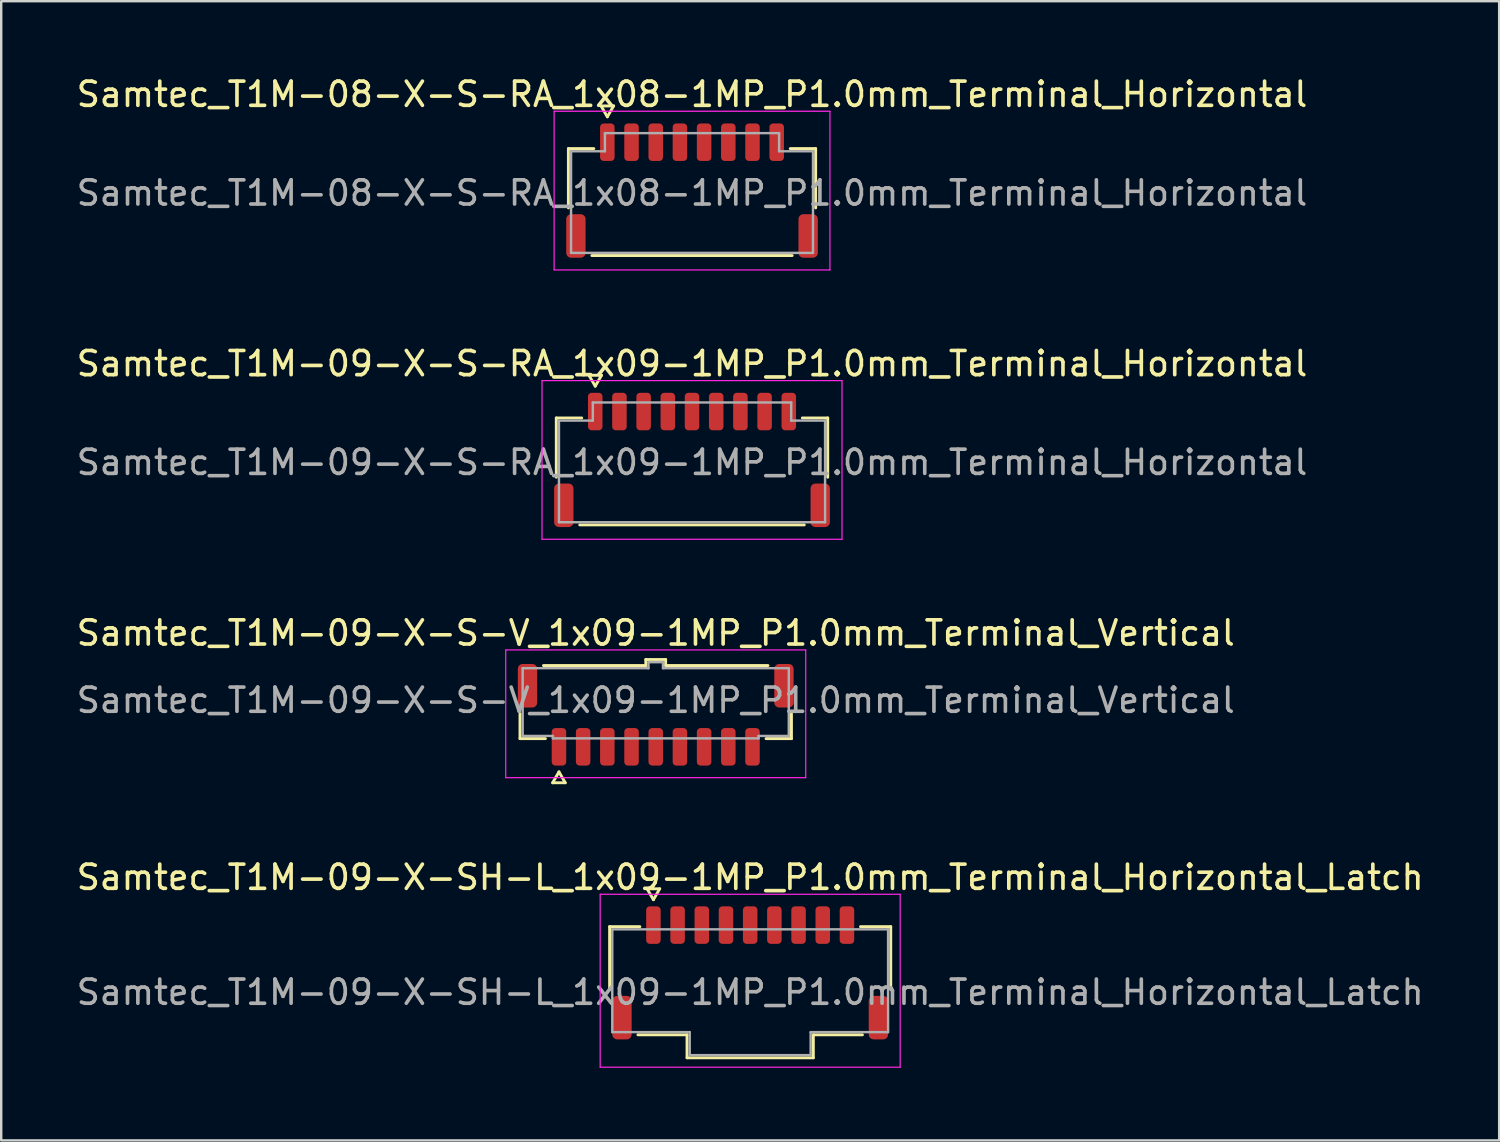
<source format=kicad_pcb>
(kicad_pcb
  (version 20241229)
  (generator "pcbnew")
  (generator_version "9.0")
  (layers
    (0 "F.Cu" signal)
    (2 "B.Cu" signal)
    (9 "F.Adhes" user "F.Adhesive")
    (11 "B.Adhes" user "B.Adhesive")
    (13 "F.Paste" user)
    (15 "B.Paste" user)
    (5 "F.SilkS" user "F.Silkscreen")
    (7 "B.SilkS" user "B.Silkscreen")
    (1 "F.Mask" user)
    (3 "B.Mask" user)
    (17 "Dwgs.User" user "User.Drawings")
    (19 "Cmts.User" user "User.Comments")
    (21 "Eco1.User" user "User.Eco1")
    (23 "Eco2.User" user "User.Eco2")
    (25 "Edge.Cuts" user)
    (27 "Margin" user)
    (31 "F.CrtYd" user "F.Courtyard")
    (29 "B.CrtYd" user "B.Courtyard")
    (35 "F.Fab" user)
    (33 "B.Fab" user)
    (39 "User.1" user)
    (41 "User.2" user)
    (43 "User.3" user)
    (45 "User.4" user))
  (footprint "Samtec_T1M-09-X-S-V_1x09-1MP_P1.0mm_Terminal_Vertical"
    (layer "F.Cu")
    (at 24.054 25.895)
    (property "Reference" "Samtec_T1M-09-X-S-V_1x09-1MP_P1.0mm_Terminal_Vertical" (at 0 -2.78 0) (layer "F.SilkS") (effects (font (size 1 1) (thickness 0.15))))
    (attr smd)
    (fp_line (start -5.61 1.585) (end -5.61 0.56) (stroke (width 0.12) (type solid)) (layer "F.SilkS"))
    (fp_line (start -4.64 -1.435) (end -0.41 -1.435) (stroke (width 0.12) (type solid)) (layer "F.SilkS"))
    (fp_line (start -4.56 1.585) (end -5.61 1.585) (stroke (width 0.12) (type solid)) (layer "F.SilkS"))
    (fp_line (start -4.26 3.41) (end -4 2.96) (stroke (width 0.12) (type solid)) (layer "F.SilkS"))
    (fp_line (start -4 2.96) (end -3.74 3.41) (stroke (width 0.12) (type solid)) (layer "F.SilkS"))
    (fp_line (start -3.74 3.41) (end -4.26 3.41) (stroke (width 0.12) (type solid)) (layer "F.SilkS"))
    (fp_line (start -0.41 -1.685) (end 0.41 -1.685) (stroke (width 0.12) (type solid)) (layer "F.SilkS"))
    (fp_line (start -0.41 -1.435) (end -0.41 -1.685) (stroke (width 0.12) (type solid)) (layer "F.SilkS"))
    (fp_line (start 0.41 -1.685) (end 0.41 -1.435) (stroke (width 0.12) (type solid)) (layer "F.SilkS"))
    (fp_line (start 0.41 -1.435) (end 4.64 -1.435) (stroke (width 0.12) (type solid)) (layer "F.SilkS"))
    (fp_line (start 5.61 0.56) (end 5.61 1.585) (stroke (width 0.12) (type solid)) (layer "F.SilkS"))
    (fp_line (start 5.61 1.585) (end 4.56 1.585) (stroke (width 0.12) (type solid)) (layer "F.SilkS"))
    (fp_line (start -6.2 -2.08) (end -6.2 3.2) (stroke (width 0.05) (type solid)) (layer "F.CrtYd"))
    (fp_line (start -6.2 3.2) (end 6.2 3.2) (stroke (width 0.05) (type solid)) (layer "F.CrtYd"))
    (fp_line (start 6.2 -2.08) (end -6.2 -2.08) (stroke (width 0.05) (type solid)) (layer "F.CrtYd"))
    (fp_line (start 6.2 3.2) (end 6.2 -2.08) (stroke (width 0.05) (type solid)) (layer "F.CrtYd"))
    (fp_line (start -5.5 -1.325) (end -0.3 -1.325) (stroke (width 0.1) (type solid)) (layer "F.Fab"))
    (fp_line (start -5.5 1.475) (end -5.5 -1.325) (stroke (width 0.1) (type solid)) (layer "F.Fab"))
    (fp_line (start -4.25 1.475) (end -5.5 1.475) (stroke (width 0.1) (type solid)) (layer "F.Fab"))
    (fp_line (start -4.25 1.575) (end -4.25 1.475) (stroke (width 0.1) (type solid)) (layer "F.Fab"))
    (fp_line (start -0.3 -1.575) (end 0.3 -1.575) (stroke (width 0.1) (type solid)) (layer "F.Fab"))
    (fp_line (start -0.3 -1.325) (end -0.3 -1.575) (stroke (width 0.1) (type solid)) (layer "F.Fab"))
    (fp_line (start 0.3 -1.575) (end 0.3 -1.325) (stroke (width 0.1) (type solid)) (layer "F.Fab"))
    (fp_line (start 0.3 -1.325) (end 5.5 -1.325) (stroke (width 0.1) (type solid)) (layer "F.Fab"))
    (fp_line (start 4.25 1.475) (end 4.25 1.575) (stroke (width 0.1) (type solid)) (layer "F.Fab"))
    (fp_line (start 4.25 1.575) (end -4.25 1.575) (stroke (width 0.1) (type solid)) (layer "F.Fab"))
    (fp_line (start 5.5 -1.325) (end 5.5 1.475) (stroke (width 0.1) (type solid)) (layer "F.Fab"))
    (fp_line (start 5.5 1.475) (end 4.25 1.475) (stroke (width 0.1) (type solid)) (layer "F.Fab"))
    (fp_text user "${REFERENCE}" (at 0 0 0) (layer "F.Fab") (effects (font (size 1 1) (thickness 0.15))))
    (pad "1" smd roundrect (at -4 1.925) (size 0.6 1.55) (layers "F.Cu" "F.Mask" "F.Paste") (roundrect_rratio 0.25))
    (pad "2" smd roundrect (at -3 1.925) (size 0.6 1.55) (layers "F.Cu" "F.Mask" "F.Paste") (roundrect_rratio 0.25))
    (pad "3" smd roundrect (at -2 1.925) (size 0.6 1.55) (layers "F.Cu" "F.Mask" "F.Paste") (roundrect_rratio 0.25))
    (pad "4" smd roundrect (at -1 1.925) (size 0.6 1.55) (layers "F.Cu" "F.Mask" "F.Paste") (roundrect_rratio 0.25))
    (pad "5" smd roundrect (at 0 1.925) (size 0.6 1.55) (layers "F.Cu" "F.Mask" "F.Paste") (roundrect_rratio 0.25))
    (pad "6" smd roundrect (at 1 1.925) (size 0.6 1.55) (layers "F.Cu" "F.Mask" "F.Paste") (roundrect_rratio 0.25))
    (pad "7" smd roundrect (at 2 1.925) (size 0.6 1.55) (layers "F.Cu" "F.Mask" "F.Paste") (roundrect_rratio 0.25))
    (pad "8" smd roundrect (at 3 1.925) (size 0.6 1.55) (layers "F.Cu" "F.Mask" "F.Paste") (roundrect_rratio 0.25))
    (pad "9" smd roundrect (at 4 1.925) (size 0.6 1.55) (layers "F.Cu" "F.Mask" "F.Paste") (roundrect_rratio 0.25))
    (pad "MP" smd roundrect (at -5.3 -0.6) (size 0.8 1.8) (layers "F.Cu" "F.Mask" "F.Paste") (roundrect_rratio 0.25))
    (pad "MP" smd roundrect (at 5.3 -0.6) (size 0.8 1.8) (layers "F.Cu" "F.Mask" "F.Paste") (roundrect_rratio 0.25)))
  (footprint "Samtec_T1M-09-X-SH-L_1x09-1MP_P1.0mm_Terminal_Horizontal_Latch"
    (layer "F.Cu")
    (at 27.958 37.963)
    (property "Reference" "Samtec_T1M-09-X-SH-L_1x09-1MP_P1.0mm_Terminal_Horizontal_Latch" (at 0 -4.75 0) (layer "F.SilkS") (effects (font (size 1 1) (thickness 0.15))))
    (attr smd)
    (fp_line (start -5.81 -2.71) (end -4.56 -2.71) (stroke (width 0.12) (type solid)) (layer "F.SilkS"))
    (fp_line (start -5.81 -0.11) (end -5.81 -2.71) (stroke (width 0.12) (type solid)) (layer "F.SilkS"))
    (fp_line (start -4.26 -4.275) (end -4 -3.825) (stroke (width 0.12) (type solid)) (layer "F.SilkS"))
    (fp_line (start -4 -3.825) (end -3.74 -4.275) (stroke (width 0.12) (type solid)) (layer "F.SilkS"))
    (fp_line (start -3.74 -4.275) (end -4.26 -4.275) (stroke (width 0.12) (type solid)) (layer "F.SilkS"))
    (fp_line (start -2.61 1.76) (end -4.64 1.76) (stroke (width 0.12) (type solid)) (layer "F.SilkS"))
    (fp_line (start -2.61 2.71) (end -2.61 1.76) (stroke (width 0.12) (type solid)) (layer "F.SilkS"))
    (fp_line (start 2.61 1.76) (end 2.61 2.71) (stroke (width 0.12) (type solid)) (layer "F.SilkS"))
    (fp_line (start 2.61 2.71) (end -2.61 2.71) (stroke (width 0.12) (type solid)) (layer "F.SilkS"))
    (fp_line (start 4.56 -2.71) (end 5.81 -2.71) (stroke (width 0.12) (type solid)) (layer "F.SilkS"))
    (fp_line (start 4.64 1.76) (end 2.61 1.76) (stroke (width 0.12) (type solid)) (layer "F.SilkS"))
    (fp_line (start 5.81 -2.71) (end 5.81 -0.11) (stroke (width 0.12) (type solid)) (layer "F.SilkS"))
    (fp_line (start -6.2 -4.05) (end -6.2 3.1) (stroke (width 0.05) (type solid)) (layer "F.CrtYd"))
    (fp_line (start -6.2 3.1) (end 6.2 3.1) (stroke (width 0.05) (type solid)) (layer "F.CrtYd"))
    (fp_line (start 6.2 -4.05) (end -6.2 -4.05) (stroke (width 0.05) (type solid)) (layer "F.CrtYd"))
    (fp_line (start 6.2 3.1) (end 6.2 -4.05) (stroke (width 0.05) (type solid)) (layer "F.CrtYd"))
    (fp_line (start -5.7 -2.6) (end 5.7 -2.6) (stroke (width 0.1) (type solid)) (layer "F.Fab"))
    (fp_line (start -5.7 1.65) (end -5.7 -2.6) (stroke (width 0.1) (type solid)) (layer "F.Fab"))
    (fp_line (start -2.5 1.65) (end -5.7 1.65) (stroke (width 0.1) (type solid)) (layer "F.Fab"))
    (fp_line (start -2.5 2.6) (end -2.5 1.65) (stroke (width 0.1) (type solid)) (layer "F.Fab"))
    (fp_line (start 2.5 1.65) (end 2.5 2.6) (stroke (width 0.1) (type solid)) (layer "F.Fab"))
    (fp_line (start 2.5 2.6) (end -2.5 2.6) (stroke (width 0.1) (type solid)) (layer "F.Fab"))
    (fp_line (start 5.7 -2.6) (end 5.7 1.65) (stroke (width 0.1) (type solid)) (layer "F.Fab"))
    (fp_line (start 5.7 1.65) (end 2.5 1.65) (stroke (width 0.1) (type solid)) (layer "F.Fab"))
    (fp_text user "${REFERENCE}" (at 0 0 0) (layer "F.Fab") (effects (font (size 1 1) (thickness 0.15))))
    (pad "1" smd roundrect (at -4 -2.775) (size 0.6 1.55) (layers "F.Cu" "F.Mask" "F.Paste") (roundrect_rratio 0.25))
    (pad "2" smd roundrect (at -3 -2.775) (size 0.6 1.55) (layers "F.Cu" "F.Mask" "F.Paste") (roundrect_rratio 0.25))
    (pad "3" smd roundrect (at -2 -2.775) (size 0.6 1.55) (layers "F.Cu" "F.Mask" "F.Paste") (roundrect_rratio 0.25))
    (pad "4" smd roundrect (at -1 -2.775) (size 0.6 1.55) (layers "F.Cu" "F.Mask" "F.Paste") (roundrect_rratio 0.25))
    (pad "5" smd roundrect (at 0 -2.775) (size 0.6 1.55) (layers "F.Cu" "F.Mask" "F.Paste") (roundrect_rratio 0.25))
    (pad "6" smd roundrect (at 1 -2.775) (size 0.6 1.55) (layers "F.Cu" "F.Mask" "F.Paste") (roundrect_rratio 0.25))
    (pad "7" smd roundrect (at 2 -2.775) (size 0.6 1.55) (layers "F.Cu" "F.Mask" "F.Paste") (roundrect_rratio 0.25))
    (pad "8" smd roundrect (at 3 -2.775) (size 0.6 1.55) (layers "F.Cu" "F.Mask" "F.Paste") (roundrect_rratio 0.25))
    (pad "9" smd roundrect (at 4 -2.775) (size 0.6 1.55) (layers "F.Cu" "F.Mask" "F.Paste") (roundrect_rratio 0.25))
    (pad "MP" smd roundrect (at -5.3 1.05) (size 0.8 1.8) (layers "F.Cu" "F.Mask" "F.Paste") (roundrect_rratio 0.25))
    (pad "MP" smd roundrect (at 5.3 1.05) (size 0.8 1.8) (layers "F.Cu" "F.Mask" "F.Paste") (roundrect_rratio 0.25)))
  (footprint "Samtec_T1M-08-X-S-RA_1x08-1MP_P1.0mm_Terminal_Horizontal"
    (layer "F.Cu")
    (at 25.554 4.928)
    (property "Reference" "Samtec_T1M-08-X-S-RA_1x08-1MP_P1.0mm_Terminal_Horizontal" (at 0 -4.08 0) (layer "F.SilkS") (effects (font (size 1 1) (thickness 0.15))))
    (attr smd)
    (fp_line (start -5.11 -1.835) (end -4.06 -1.835) (stroke (width 0.12) (type solid)) (layer "F.SilkS"))
    (fp_line (start -5.11 0.615) (end -5.11 -1.835) (stroke (width 0.12) (type solid)) (layer "F.SilkS"))
    (fp_line (start -3.76 -3.6) (end -3.5 -3.15) (stroke (width 0.12) (type solid)) (layer "F.SilkS"))
    (fp_line (start -3.5 -3.15) (end -3.24 -3.6) (stroke (width 0.12) (type solid)) (layer "F.SilkS"))
    (fp_line (start -3.24 -3.6) (end -3.76 -3.6) (stroke (width 0.12) (type solid)) (layer "F.SilkS"))
    (fp_line (start 4.06 -1.835) (end 5.11 -1.835) (stroke (width 0.12) (type solid)) (layer "F.SilkS"))
    (fp_line (start 4.14 2.585) (end -4.14 2.585) (stroke (width 0.12) (type solid)) (layer "F.SilkS"))
    (fp_line (start 5.11 -1.835) (end 5.11 0.615) (stroke (width 0.12) (type solid)) (layer "F.SilkS"))
    (fp_line (start -5.7 -3.38) (end -5.7 3.18) (stroke (width 0.05) (type solid)) (layer "F.CrtYd"))
    (fp_line (start -5.7 3.18) (end 5.7 3.18) (stroke (width 0.05) (type solid)) (layer "F.CrtYd"))
    (fp_line (start 5.7 -3.38) (end -5.7 -3.38) (stroke (width 0.05) (type solid)) (layer "F.CrtYd"))
    (fp_line (start 5.7 3.18) (end 5.7 -3.38) (stroke (width 0.05) (type solid)) (layer "F.CrtYd"))
    (fp_line (start -5 -1.725) (end -3.6 -1.725) (stroke (width 0.1) (type solid)) (layer "F.Fab"))
    (fp_line (start -5 2.475) (end -5 -1.725) (stroke (width 0.1) (type solid)) (layer "F.Fab"))
    (fp_line (start -3.6 -2.475) (end 3.6 -2.475) (stroke (width 0.1) (type solid)) (layer "F.Fab"))
    (fp_line (start -3.6 -1.725) (end -3.6 -2.475) (stroke (width 0.1) (type solid)) (layer "F.Fab"))
    (fp_line (start 3.6 -2.475) (end 3.6 -1.725) (stroke (width 0.1) (type solid)) (layer "F.Fab"))
    (fp_line (start 3.6 -1.725) (end 5 -1.725) (stroke (width 0.1) (type solid)) (layer "F.Fab"))
    (fp_line (start 5 -1.725) (end 5 2.475) (stroke (width 0.1) (type solid)) (layer "F.Fab"))
    (fp_line (start 5 2.475) (end -5 2.475) (stroke (width 0.1) (type solid)) (layer "F.Fab"))
    (fp_text user "${REFERENCE}" (at 0 0 0) (layer "F.Fab") (effects (font (size 1 1) (thickness 0.15))))
    (pad "1" smd roundrect (at -3.5 -2.1) (size 0.6 1.55) (layers "F.Cu" "F.Mask" "F.Paste") (roundrect_rratio 0.25))
    (pad "2" smd roundrect (at -2.5 -2.1) (size 0.6 1.55) (layers "F.Cu" "F.Mask" "F.Paste") (roundrect_rratio 0.25))
    (pad "3" smd roundrect (at -1.5 -2.1) (size 0.6 1.55) (layers "F.Cu" "F.Mask" "F.Paste") (roundrect_rratio 0.25))
    (pad "4" smd roundrect (at -0.5 -2.1) (size 0.6 1.55) (layers "F.Cu" "F.Mask" "F.Paste") (roundrect_rratio 0.25))
    (pad "5" smd roundrect (at 0.5 -2.1) (size 0.6 1.55) (layers "F.Cu" "F.Mask" "F.Paste") (roundrect_rratio 0.25))
    (pad "6" smd roundrect (at 1.5 -2.1) (size 0.6 1.55) (layers "F.Cu" "F.Mask" "F.Paste") (roundrect_rratio 0.25))
    (pad "7" smd roundrect (at 2.5 -2.1) (size 0.6 1.55) (layers "F.Cu" "F.Mask" "F.Paste") (roundrect_rratio 0.25))
    (pad "8" smd roundrect (at 3.5 -2.1) (size 0.6 1.55) (layers "F.Cu" "F.Mask" "F.Paste") (roundrect_rratio 0.25))
    (pad "MP" smd roundrect (at -4.8 1.775) (size 0.8 1.8) (layers "F.Cu" "F.Mask" "F.Paste") (roundrect_rratio 0.25))
    (pad "MP" smd roundrect (at 4.8 1.775) (size 0.8 1.8) (layers "F.Cu" "F.Mask" "F.Paste") (roundrect_rratio 0.25)))
  (footprint "Samtec_T1M-09-X-S-RA_1x09-1MP_P1.0mm_Terminal_Horizontal"
    (layer "F.Cu")
    (at 25.554 16.061)
    (property "Reference" "Samtec_T1M-09-X-S-RA_1x09-1MP_P1.0mm_Terminal_Horizontal" (at 0 -4.08 0) (layer "F.SilkS") (effects (font (size 1 1) (thickness 0.15))))
    (attr smd)
    (fp_line (start -5.61 -1.835) (end -4.56 -1.835) (stroke (width 0.12) (type solid)) (layer "F.SilkS"))
    (fp_line (start -5.61 0.615) (end -5.61 -1.835) (stroke (width 0.12) (type solid)) (layer "F.SilkS"))
    (fp_line (start -4.26 -3.6) (end -4 -3.15) (stroke (width 0.12) (type solid)) (layer "F.SilkS"))
    (fp_line (start -4 -3.15) (end -3.74 -3.6) (stroke (width 0.12) (type solid)) (layer "F.SilkS"))
    (fp_line (start -3.74 -3.6) (end -4.26 -3.6) (stroke (width 0.12) (type solid)) (layer "F.SilkS"))
    (fp_line (start 4.56 -1.835) (end 5.61 -1.835) (stroke (width 0.12) (type solid)) (layer "F.SilkS"))
    (fp_line (start 4.64 2.585) (end -4.64 2.585) (stroke (width 0.12) (type solid)) (layer "F.SilkS"))
    (fp_line (start 5.61 -1.835) (end 5.61 0.615) (stroke (width 0.12) (type solid)) (layer "F.SilkS"))
    (fp_line (start -6.2 -3.38) (end -6.2 3.18) (stroke (width 0.05) (type solid)) (layer "F.CrtYd"))
    (fp_line (start -6.2 3.18) (end 6.2 3.18) (stroke (width 0.05) (type solid)) (layer "F.CrtYd"))
    (fp_line (start 6.2 -3.38) (end -6.2 -3.38) (stroke (width 0.05) (type solid)) (layer "F.CrtYd"))
    (fp_line (start 6.2 3.18) (end 6.2 -3.38) (stroke (width 0.05) (type solid)) (layer "F.CrtYd"))
    (fp_line (start -5.5 -1.725) (end -4.1 -1.725) (stroke (width 0.1) (type solid)) (layer "F.Fab"))
    (fp_line (start -5.5 2.475) (end -5.5 -1.725) (stroke (width 0.1) (type solid)) (layer "F.Fab"))
    (fp_line (start -4.1 -2.475) (end 4.1 -2.475) (stroke (width 0.1) (type solid)) (layer "F.Fab"))
    (fp_line (start -4.1 -1.725) (end -4.1 -2.475) (stroke (width 0.1) (type solid)) (layer "F.Fab"))
    (fp_line (start 4.1 -2.475) (end 4.1 -1.725) (stroke (width 0.1) (type solid)) (layer "F.Fab"))
    (fp_line (start 4.1 -1.725) (end 5.5 -1.725) (stroke (width 0.1) (type solid)) (layer "F.Fab"))
    (fp_line (start 5.5 -1.725) (end 5.5 2.475) (stroke (width 0.1) (type solid)) (layer "F.Fab"))
    (fp_line (start 5.5 2.475) (end -5.5 2.475) (stroke (width 0.1) (type solid)) (layer "F.Fab"))
    (fp_text user "${REFERENCE}" (at 0 0 0) (layer "F.Fab") (effects (font (size 1 1) (thickness 0.15))))
    (pad "1" smd roundrect (at -4 -2.1) (size 0.6 1.55) (layers "F.Cu" "F.Mask" "F.Paste") (roundrect_rratio 0.25))
    (pad "2" smd roundrect (at -3 -2.1) (size 0.6 1.55) (layers "F.Cu" "F.Mask" "F.Paste") (roundrect_rratio 0.25))
    (pad "3" smd roundrect (at -2 -2.1) (size 0.6 1.55) (layers "F.Cu" "F.Mask" "F.Paste") (roundrect_rratio 0.25))
    (pad "4" smd roundrect (at -1 -2.1) (size 0.6 1.55) (layers "F.Cu" "F.Mask" "F.Paste") (roundrect_rratio 0.25))
    (pad "5" smd roundrect (at 0 -2.1) (size 0.6 1.55) (layers "F.Cu" "F.Mask" "F.Paste") (roundrect_rratio 0.25))
    (pad "6" smd roundrect (at 1 -2.1) (size 0.6 1.55) (layers "F.Cu" "F.Mask" "F.Paste") (roundrect_rratio 0.25))
    (pad "7" smd roundrect (at 2 -2.1) (size 0.6 1.55) (layers "F.Cu" "F.Mask" "F.Paste") (roundrect_rratio 0.25))
    (pad "8" smd roundrect (at 3 -2.1) (size 0.6 1.55) (layers "F.Cu" "F.Mask" "F.Paste") (roundrect_rratio 0.25))
    (pad "9" smd roundrect (at 4 -2.1) (size 0.6 1.55) (layers "F.Cu" "F.Mask" "F.Paste") (roundrect_rratio 0.25))
    (pad "MP" smd roundrect (at -5.3 1.775) (size 0.8 1.8) (layers "F.Cu" "F.Mask" "F.Paste") (roundrect_rratio 0.25))
    (pad "MP" smd roundrect (at 5.3 1.775) (size 0.8 1.8) (layers "F.Cu" "F.Mask" "F.Paste") (roundrect_rratio 0.25)))
  (gr_rect
    (start -3 -3)
    (end 58.917 44.088)
    (stroke (width 0.1) (type default))
    (fill no)
    (layer "Edge.Cuts")))
</source>
